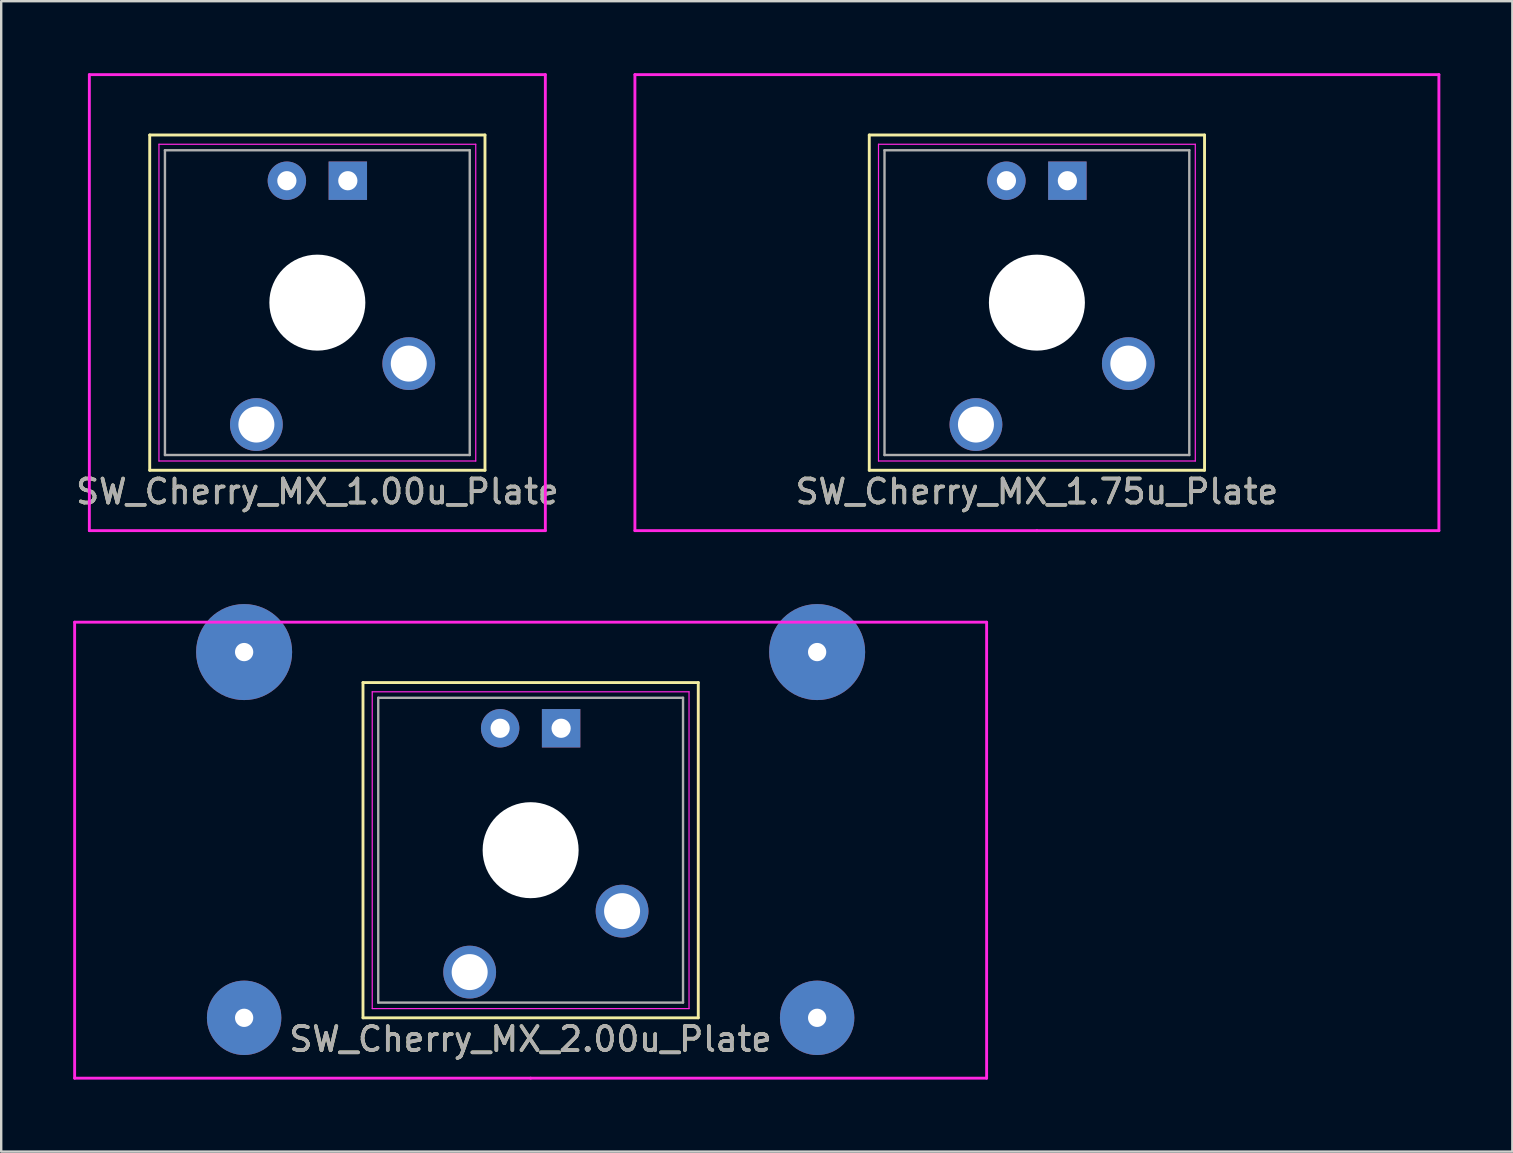
<source format=kicad_pcb>
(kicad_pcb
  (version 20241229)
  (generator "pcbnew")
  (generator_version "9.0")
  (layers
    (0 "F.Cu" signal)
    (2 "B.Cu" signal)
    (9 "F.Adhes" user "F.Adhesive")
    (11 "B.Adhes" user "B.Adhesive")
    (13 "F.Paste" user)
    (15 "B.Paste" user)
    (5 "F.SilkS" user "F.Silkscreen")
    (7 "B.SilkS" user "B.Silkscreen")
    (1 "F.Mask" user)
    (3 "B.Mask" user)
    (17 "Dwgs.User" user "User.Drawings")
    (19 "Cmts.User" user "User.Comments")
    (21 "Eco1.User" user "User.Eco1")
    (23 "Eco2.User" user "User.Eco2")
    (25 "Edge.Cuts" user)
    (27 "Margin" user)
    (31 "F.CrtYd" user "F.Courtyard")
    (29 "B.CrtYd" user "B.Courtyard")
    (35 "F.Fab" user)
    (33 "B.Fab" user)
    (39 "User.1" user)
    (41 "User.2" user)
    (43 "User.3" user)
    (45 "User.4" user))
  (footprint "SW_Cherry_MX_1.00u_Plate"
    (layer "F.Cu")
    (at 10.173 9.56)
    (property "Reference" "SW_Cherry_MX_1.00u_Plate" (at 0 7.874 180) (layer "F.SilkS") (effects (font (size 1 1) (thickness 0.15))))
    (attr through_hole)
    (fp_line (start -6.985 -6.985) (end 6.985 -6.985) (stroke (width 0.12) (type solid)) (layer "F.SilkS"))
    (fp_line (start -6.985 6.985) (end -6.985 -6.985) (stroke (width 0.12) (type solid)) (layer "F.SilkS"))
    (fp_line (start 6.985 -6.985) (end 6.985 6.985) (stroke (width 0.12) (type solid)) (layer "F.SilkS"))
    (fp_line (start 6.985 6.985) (end -6.985 6.985) (stroke (width 0.12) (type solid)) (layer "F.SilkS"))
    (fp_line (start -9.5 -9.5) (end -9.5 9.5) (stroke (width 0.12) (type solid)) (layer "F.CrtYd"))
    (fp_line (start -9.5 9.5) (end 9.5 9.5) (stroke (width 0.12) (type solid)) (layer "F.CrtYd"))
    (fp_line (start -6.6 -6.6) (end 6.6 -6.6) (stroke (width 0.05) (type solid)) (layer "F.CrtYd"))
    (fp_line (start -6.6 6.6) (end -6.6 -6.6) (stroke (width 0.05) (type solid)) (layer "F.CrtYd"))
    (fp_line (start 6.6 -6.6) (end 6.6 6.6) (stroke (width 0.05) (type solid)) (layer "F.CrtYd"))
    (fp_line (start 6.6 6.6) (end -6.6 6.6) (stroke (width 0.05) (type solid)) (layer "F.CrtYd"))
    (fp_line (start 9.5 -9.5) (end -9.5 -9.5) (stroke (width 0.12) (type solid)) (layer "F.CrtYd"))
    (fp_line (start 9.5 9.5) (end 9.5 -9.5) (stroke (width 0.12) (type solid)) (layer "F.CrtYd"))
    (fp_line (start -6.35 -6.35) (end 6.35 -6.35) (stroke (width 0.1) (type solid)) (layer "F.Fab"))
    (fp_line (start -6.35 6.35) (end -6.35 -6.35) (stroke (width 0.1) (type solid)) (layer "F.Fab"))
    (fp_line (start 6.35 -6.35) (end 6.35 6.35) (stroke (width 0.1) (type solid)) (layer "F.Fab"))
    (fp_line (start 6.35 6.35) (end -6.35 6.35) (stroke (width 0.1) (type solid)) (layer "F.Fab"))
    (fp_text user "${REFERENCE}" (at 0 7.874 180) (layer "F.Fab") (effects (font (size 1 1) (thickness 0.15))))
    (pad "" np_thru_hole circle (at 0 0 180) (size 4 4) (drill 4) (layers "*.Cu" "*.Mask"))
    (pad "1" thru_hole circle (at 3.81 2.54 180) (size 2.2 2.2) (drill 1.5) (layers "*.Cu" "*.Mask"))
    (pad "2" thru_hole rect (at 1.27 -5.08 180) (size 1.6 1.6) (drill 0.8) (layers "*.Cu" "*.Mask"))
    (pad "3" thru_hole circle (at -1.27 -5.08 180) (size 1.6 1.6) (drill 0.8) (layers "*.Cu" "*.Mask"))
    (pad "4" thru_hole circle (at -2.54 5.08 180) (size 2.2 2.2) (drill 1.5) (layers "*.Cu" "*.Mask")))
  (footprint "SW_Cherry_MX_1.75u_Plate"
    (layer "F.Cu")
    (at 40.155 9.56)
    (property "Reference" "SW_Cherry_MX_1.75u_Plate" (at 0 7.874 180) (layer "F.SilkS") (effects (font (size 1 1) (thickness 0.15))))
    (attr through_hole)
    (fp_line (start -6.985 -6.985) (end 6.985 -6.985) (stroke (width 0.12) (type solid)) (layer "F.SilkS"))
    (fp_line (start -6.985 6.985) (end -6.985 -6.985) (stroke (width 0.12) (type solid)) (layer "F.SilkS"))
    (fp_line (start 6.985 -6.985) (end 6.985 6.985) (stroke (width 0.12) (type solid)) (layer "F.SilkS"))
    (fp_line (start 6.985 6.985) (end -6.985 6.985) (stroke (width 0.12) (type solid)) (layer "F.SilkS"))
    (fp_line (start -16.75 -9.5) (end 16.75 -9.5) (stroke (width 0.12) (type solid)) (layer "F.CrtYd"))
    (fp_line (start -16.75 9.5) (end -16.75 -9.5) (stroke (width 0.12) (type solid)) (layer "F.CrtYd"))
    (fp_line (start -6.6 -6.6) (end 6.6 -6.6) (stroke (width 0.05) (type solid)) (layer "F.CrtYd"))
    (fp_line (start -6.6 6.6) (end -6.6 -6.6) (stroke (width 0.05) (type solid)) (layer "F.CrtYd"))
    (fp_line (start 0 9.5) (end -16.75 9.5) (stroke (width 0.12) (type solid)) (layer "F.CrtYd"))
    (fp_line (start 6.6 -6.6) (end 6.6 6.6) (stroke (width 0.05) (type solid)) (layer "F.CrtYd"))
    (fp_line (start 6.6 6.6) (end -6.6 6.6) (stroke (width 0.05) (type solid)) (layer "F.CrtYd"))
    (fp_line (start 16.75 -9.5) (end 16.75 9.5) (stroke (width 0.12) (type solid)) (layer "F.CrtYd"))
    (fp_line (start 16.75 9.5) (end 0 9.5) (stroke (width 0.12) (type solid)) (layer "F.CrtYd"))
    (fp_line (start -6.35 -6.35) (end 6.35 -6.35) (stroke (width 0.1) (type solid)) (layer "F.Fab"))
    (fp_line (start -6.35 6.35) (end -6.35 -6.35) (stroke (width 0.1) (type solid)) (layer "F.Fab"))
    (fp_line (start 6.35 -6.35) (end 6.35 6.35) (stroke (width 0.1) (type solid)) (layer "F.Fab"))
    (fp_line (start 6.35 6.35) (end -6.35 6.35) (stroke (width 0.1) (type solid)) (layer "F.Fab"))
    (fp_text user "${REFERENCE}" (at 0 7.874 180) (layer "F.Fab") (effects (font (size 1 1) (thickness 0.15))))
    (pad "" np_thru_hole circle (at 0 0 180) (size 4 4) (drill 4) (layers "*.Cu" "*.Mask"))
    (pad "1" thru_hole circle (at 3.81 2.54 180) (size 2.2 2.2) (drill 1.5) (layers "*.Cu" "*.Mask"))
    (pad "2" thru_hole rect (at 1.27 -5.08 180) (size 1.6 1.6) (drill 0.8) (layers "*.Cu" "*.Mask"))
    (pad "3" thru_hole circle (at -1.27 -5.08 180) (size 1.6 1.6) (drill 0.8) (layers "*.Cu" "*.Mask"))
    (pad "4" thru_hole circle (at -2.54 5.08 180) (size 2.2 2.2) (drill 1.5) (layers "*.Cu" "*.Mask")))
  (footprint "SW_Cherry_MX_2.00u_Plate"
    (layer "F.Cu")
    (at 19.06 32.375)
    (property "Reference" "SW_Cherry_MX_2.00u_Plate" (at 0 7.874 180) (layer "F.SilkS") (effects (font (size 1 1) (thickness 0.15))))
    (attr through_hole)
    (fp_line (start -6.985 -6.985) (end 6.985 -6.985) (stroke (width 0.12) (type solid)) (layer "F.SilkS"))
    (fp_line (start -6.985 6.985) (end -6.985 -6.985) (stroke (width 0.12) (type solid)) (layer "F.SilkS"))
    (fp_line (start 6.985 -6.985) (end 6.985 6.985) (stroke (width 0.12) (type solid)) (layer "F.SilkS"))
    (fp_line (start 6.985 6.985) (end -6.985 6.985) (stroke (width 0.12) (type solid)) (layer "F.SilkS"))
    (fp_line (start -19 -9.5) (end 19 -9.5) (stroke (width 0.12) (type solid)) (layer "F.CrtYd"))
    (fp_line (start -19 9.5) (end -19 -9.5) (stroke (width 0.12) (type solid)) (layer "F.CrtYd"))
    (fp_line (start -6.6 -6.6) (end 6.6 -6.6) (stroke (width 0.05) (type solid)) (layer "F.CrtYd"))
    (fp_line (start -6.6 6.6) (end -6.6 -6.6) (stroke (width 0.05) (type solid)) (layer "F.CrtYd"))
    (fp_line (start 0 9.5) (end -19 9.5) (stroke (width 0.12) (type solid)) (layer "F.CrtYd"))
    (fp_line (start 6.6 -6.6) (end 6.6 6.6) (stroke (width 0.05) (type solid)) (layer "F.CrtYd"))
    (fp_line (start 6.6 6.6) (end -6.6 6.6) (stroke (width 0.05) (type solid)) (layer "F.CrtYd"))
    (fp_line (start 19 -9.5) (end 19 9.5) (stroke (width 0.12) (type solid)) (layer "F.CrtYd"))
    (fp_line (start 19 9.5) (end 0 9.5) (stroke (width 0.12) (type solid)) (layer "F.CrtYd"))
    (fp_line (start -6.35 -6.35) (end 6.35 -6.35) (stroke (width 0.1) (type solid)) (layer "F.Fab"))
    (fp_line (start -6.35 6.35) (end -6.35 -6.35) (stroke (width 0.1) (type solid)) (layer "F.Fab"))
    (fp_line (start 6.35 -6.35) (end 6.35 6.35) (stroke (width 0.1) (type solid)) (layer "F.Fab"))
    (fp_line (start 6.35 6.35) (end -6.35 6.35) (stroke (width 0.1) (type solid)) (layer "F.Fab"))
    (fp_text user "${REFERENCE}" (at 0 7.874 180) (layer "F.Fab") (effects (font (size 1 1) (thickness 0.15))))
    (pad "" np_thru_hole circle (at -11.938 -8.255) (size 4 4) (drill 0.762) (layers "*.Cu" "*.Mask"))
    (pad "" np_thru_hole circle (at -11.938 6.985) (size 3.1 3.1) (drill 0.762) (layers "*.Cu" "*.Mask"))
    (pad "" np_thru_hole circle (at 0 0 180) (size 4 4) (drill 4) (layers "*.Cu" "*.Mask"))
    (pad "" np_thru_hole circle (at 11.938 -8.255) (size 4 4) (drill 0.762) (layers "*.Cu" "*.Mask"))
    (pad "" np_thru_hole circle (at 11.938 6.985) (size 3.1 3.1) (drill 0.762) (layers "*.Cu" "*.Mask"))
    (pad "1" thru_hole circle (at 3.81 2.54 180) (size 2.2 2.2) (drill 1.5) (layers "*.Cu" "*.Mask"))
    (pad "2" thru_hole rect (at 1.27 -5.08 180) (size 1.6 1.6) (drill 0.8) (layers "*.Cu" "*.Mask"))
    (pad "3" thru_hole circle (at -1.27 -5.08 180) (size 1.6 1.6) (drill 0.8) (layers "*.Cu" "*.Mask"))
    (pad "4" thru_hole circle (at -2.54 5.08 180) (size 2.2 2.2) (drill 1.5) (layers "*.Cu" "*.Mask")))
  (gr_rect
    (start -3 -3)
    (end 59.965 44.935)
    (stroke (width 0.1) (type default))
    (fill no)
    (layer "Edge.Cuts")))
</source>
